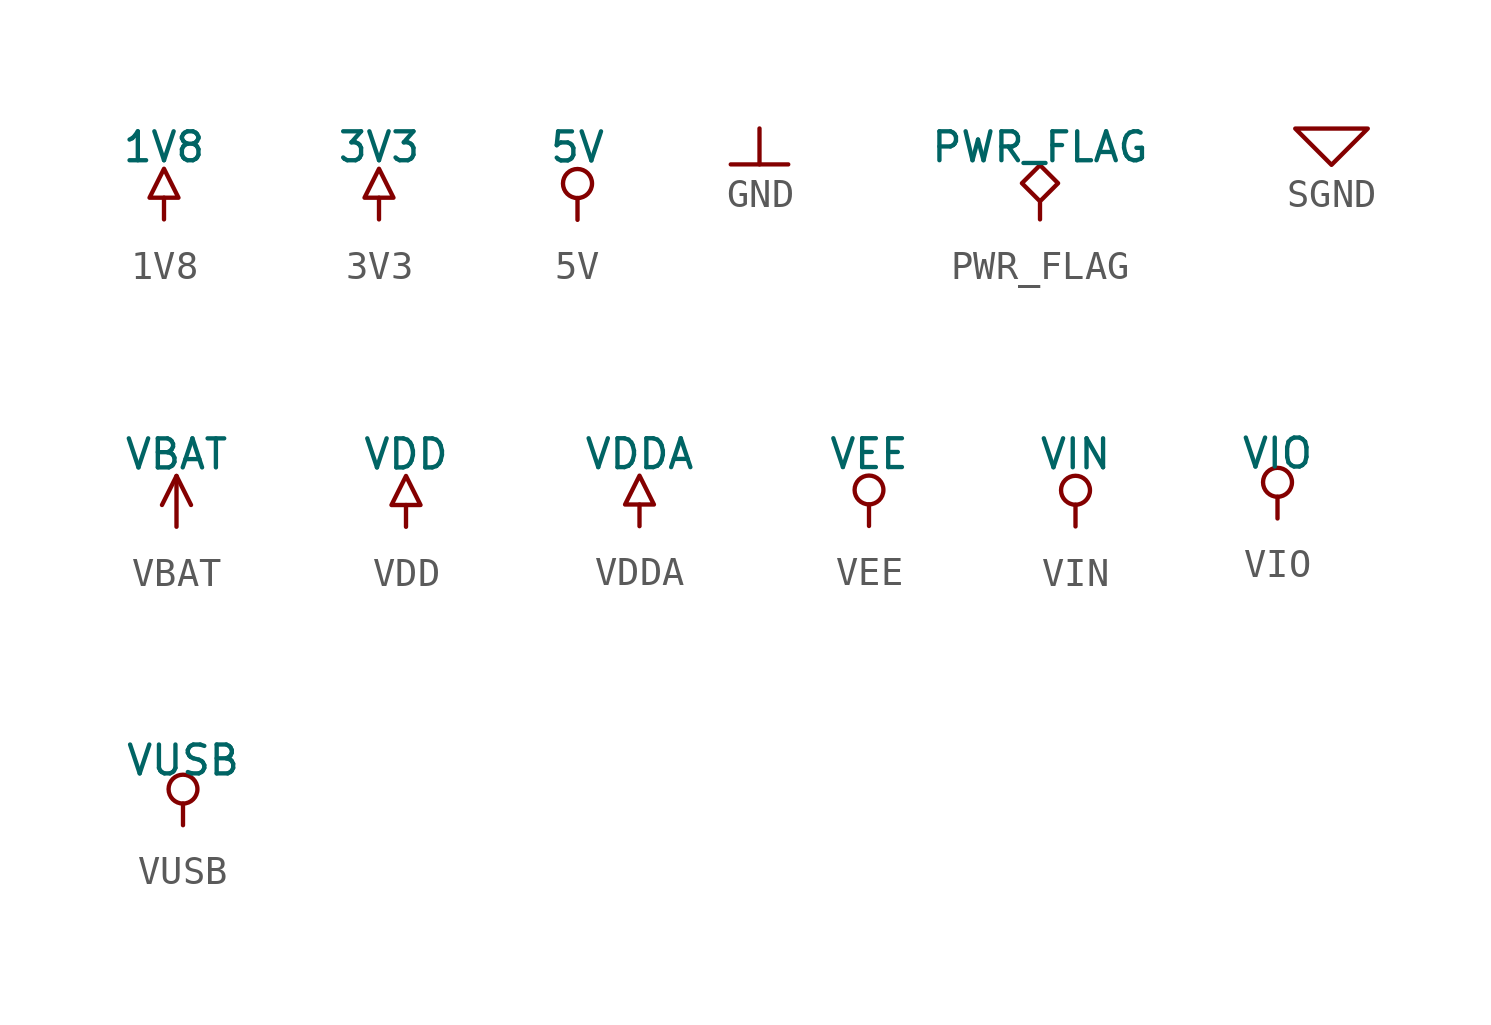
<source format=kicad_sym>
(kicad_symbol_lib
  (version 20211014)
  (generator kicad_symbol_editor)
  (symbol "1V8"
    (power)
    (pin_numbers hide)
    (pin_names
      (offset 0) hide)
    (property "Reference" "#PWR"
      (at 0 -1.016 0)
      (effects (font (size 1.016 1.016)) hide))
    (property "Value" "1V8"
      (at 0 2.54 0)
      (effects (font (size 1.016 1.016))))
    (symbol "1V8_0_0"
      (pin power_in line (at 0 0 90) (length 0) hide (name "1V8" (effects (font (size 0.762 0.762)))) (number "1" (effects (font (size 0.762 0.762))))))
    (symbol "1V8_0_1"
      (polyline (pts (xy 0 0) (xy 0 0.762)) (stroke (width 0) (type default) (color 0 0 0 0)) (fill (type none)))
      (polyline (pts (xy -0.508 0.762) (xy 0.508 0.762) (xy 0 1.778) (xy -0.508 0.762)) (stroke (width 0) (type default) (color 0 0 0 0)) (fill (type none)))))
  (symbol "3V3"
    (power)
    (pin_numbers hide)
    (pin_names
      (offset 0) hide)
    (property "Reference" "#PWR"
      (at 0 -1.016 0)
      (effects (font (size 1.016 1.016)) hide))
    (property "Value" "3V3"
      (at 0 2.54 0)
      (effects (font (size 1.016 1.016))))
    (symbol "3V3_0_0"
      (pin power_in line (at 0 0 90) (length 0) hide (name "3V3" (effects (font (size 0.762 0.762)))) (number "1" (effects (font (size 0.762 0.762))))))
    (symbol "3V3_0_1"
      (polyline (pts (xy 0 0) (xy 0 0.762)) (stroke (width 0) (type default) (color 0 0 0 0)) (fill (type none)))
      (polyline (pts (xy -0.508 0.762) (xy 0.508 0.762) (xy 0 1.778) (xy -0.508 0.762)) (stroke (width 0) (type default) (color 0 0 0 0)) (fill (type none)))))
  (symbol "5V"
    (power)
    (pin_numbers hide)
    (pin_names
      (offset 0) hide)
    (property "Reference" "#PWR"
      (at 0 2.286 0)
      (effects (font (size 1.016 1.016)) hide))
    (property "Value" "5V"
      (at 0 2.54 0)
      (effects (font (size 1.016 1.016))))
    (symbol "5V_0_0"
      (pin power_in line (at 0 0 90) (length 0) hide (name "+5V" (effects (font (size 0.508 0.508)))) (number "1" (effects (font (size 0.508 0.508))))))
    (symbol "5V_0_1"
      (polyline (pts (xy 0 0) (xy 0 0.762) (xy 0 0.762) (xy 0 0.762)) (stroke (width 0) (type default) (color 0 0 0 0)) (fill (type none)))
      (circle (center 0 1.27) (radius 0.508) (stroke (width 0) (type default) (color 0 0 0 0)) (fill (type none)))))
  (symbol "GND"
    (power)
    (pin_names
      (offset 0))
    (property "Reference" "#PWR"
      (at 0 0 0)
      (effects (font (size 0.762 0.762)) hide))
    (symbol "GND_0_1"
      (polyline (pts (xy -1.016 -1.27) (xy 1.016 -1.27)) (stroke (width 0) (type default) (color 0 0 0 0)) (fill (type none)))
      (polyline (pts (xy 0 0) (xy 0 -1.27)) (stroke (width 0) (type default) (color 0 0 0 0)) (fill (type none))))
    (symbol "GND_1_1"
      (pin power_in line (at 0 0 90) (length 0) hide (name "GND" (effects (font (size 0.762 0.762)))) (number "1" (effects (font (size 0.762 0.762)))))))
  (symbol "PWR_FLAG"
    (power)
    (pin_numbers hide)
    (pin_names
      (offset 0) hide)
    (property "Reference" "#FLG"
      (at 0 2.413 0)
      (effects (font (size 1.016 1.016)) hide))
    (property "Value" "PWR_FLAG"
      (at 0 2.54 0)
      (effects (font (size 1.016 1.016))))
    (symbol "PWR_FLAG_0_0"
      (pin power_out line (at 0 0 90) (length 0) hide (name "pwr" (effects (font (size 0.508 0.508)))) (number "1" (effects (font (size 0.508 0.508))))))
    (symbol "PWR_FLAG_0_1"
      (polyline (pts (xy 0 0) (xy 0 0.635) (xy -0.635 1.27) (xy 0 1.905) (xy 0.635 1.27) (xy 0 0.635)) (stroke (width 0) (type default) (color 0 0 0 0)) (fill (type none)))))
  (symbol "SGND"
    (power)
    (pin_names
      (offset 0))
    (property "Reference" "#PWR"
      (at 0 0 0)
      (effects (font (size 0.762 0.762)) hide))
    (symbol "SGND_0_1"
      (polyline (pts (xy -1.27 0) (xy 0 -1.27) (xy 1.27 0) (xy -1.27 0)) (stroke (width 0) (type default) (color 0 0 0 0)) (fill (type none))))
    (symbol "SGND_1_1"
      (pin power_in line (at 0 0 90) (length 0) hide (name "SGND" (effects (font (size 0.762 0.762)))) (number "1" (effects (font (size 0.762 0.762)))))))
  (symbol "VBAT"
    (power)
    (pin_numbers hide)
    (pin_names
      (offset 0) hide)
    (property "Reference" "#PWR"
      (at 0 -1.016 0)
      (effects (font (size 1.016 1.016)) hide))
    (property "Value" "VBAT"
      (at 0 2.54 0)
      (effects (font (size 1.016 1.016))))
    (symbol "VBAT_0_0"
      (pin power_in line (at 0 0 90) (length 0) hide (name "VBAT" (effects (font (size 0.762 0.762)))) (number "1" (effects (font (size 0.762 0.762))))))
    (symbol "VBAT_0_1"
      (polyline (pts (xy 0 0) (xy 0 1.778)) (stroke (width 0) (type default) (color 0 0 0 0)) (fill (type none)))
      (polyline (pts (xy -0.508 0.762) (xy 0 1.778) (xy 0.508 0.762)) (stroke (width 0) (type default) (color 0 0 0 0)) (fill (type none)))))
  (symbol "VDD"
    (power)
    (pin_numbers hide)
    (pin_names
      (offset 0) hide)
    (property "Reference" "#PWR"
      (at 0 -1.016 0)
      (effects (font (size 1.016 1.016)) hide))
    (property "Value" "VDD"
      (at 0 2.54 0)
      (effects (font (size 1.016 1.016))))
    (symbol "VDD_0_0"
      (pin power_in line (at 0 0 90) (length 0) hide (name "VDD" (effects (font (size 0.762 0.762)))) (number "1" (effects (font (size 0.762 0.762))))))
    (symbol "VDD_0_1"
      (polyline (pts (xy 0 0) (xy 0 0.762)) (stroke (width 0) (type default) (color 0 0 0 0)) (fill (type none)))
      (polyline (pts (xy -0.508 0.762) (xy 0.508 0.762) (xy 0 1.778) (xy -0.508 0.762)) (stroke (width 0) (type default) (color 0 0 0 0)) (fill (type none)))))
  (symbol "VDDA"
    (power)
    (pin_numbers hide)
    (pin_names
      (offset 0) hide)
    (property "Reference" "#PWR"
      (at 0 -1.016 0)
      (effects (font (size 1.016 1.016)) hide))
    (property "Value" "VDDA"
      (at 0 2.54 0)
      (effects (font (size 1.016 1.016))))
    (symbol "VDDA_0_0"
      (pin power_in line (at 0 0 90) (length 0) hide (name "VDDA" (effects (font (size 0.762 0.762)))) (number "1" (effects (font (size 0.762 0.762))))))
    (symbol "VDDA_0_1"
      (polyline (pts (xy 0 0) (xy 0 0.762)) (stroke (width 0) (type default) (color 0 0 0 0)) (fill (type none)))
      (polyline (pts (xy -0.508 0.762) (xy 0.508 0.762) (xy 0 1.778) (xy -0.508 0.762)) (stroke (width 0) (type default) (color 0 0 0 0)) (fill (type none)))))
  (symbol "VEE"
    (power)
    (pin_numbers hide)
    (pin_names
      (offset 0) hide)
    (property "Reference" "#PWR"
      (at 0 2.286 0)
      (effects (font (size 1.016 1.016)) hide))
    (property "Value" "VEE"
      (at 0 2.54 0)
      (effects (font (size 1.016 1.016))))
    (property "Footprint" ""
      (at 0 0 0)
      (effects (font (size 1.016 1.016))))
    (property "Datasheet" ""
      (at 0 0 0)
      (effects (font (size 1.016 1.016))))
    (symbol "VEE_0_0"
      (pin power_in line (at 0 0 90) (length 0) hide (name "VEE" (effects (font (size 0.508 0.508)))) (number "1" (effects (font (size 0.508 0.508))))))
    (symbol "VEE_0_1"
      (polyline (pts (xy 0 0) (xy 0 0.762) (xy 0 0.762) (xy 0 0.762)) (stroke (width 0) (type default) (color 0 0 0 0)) (fill (type none)))
      (circle (center 0 1.27) (radius 0.508) (stroke (width 0) (type default) (color 0 0 0 0)) (fill (type none)))))
  (symbol "VIN"
    (power)
    (pin_numbers hide)
    (pin_names
      (offset 0) hide)
    (property "Reference" "#PWR"
      (at 0 2.286 0)
      (effects (font (size 1.016 1.016)) hide))
    (property "Value" "VIN"
      (at 0 2.54 0)
      (effects (font (size 1.016 1.016))))
    (symbol "VIN_0_0"
      (pin power_in line (at 0 0 90) (length 0) hide (name "VIN" (effects (font (size 0.508 0.508)))) (number "1" (effects (font (size 0.508 0.508))))))
    (symbol "VIN_0_1"
      (polyline (pts (xy 0 0) (xy 0 0.762) (xy 0 0.762) (xy 0 0.762)) (stroke (width 0) (type default) (color 0 0 0 0)) (fill (type none)))
      (circle (center 0 1.27) (radius 0.508) (stroke (width 0) (type default) (color 0 0 0 0)) (fill (type none)))))
  (symbol "VIO"
    (power)
    (pin_numbers hide)
    (pin_names
      (offset 0) hide)
    (property "Reference" "#PWR"
      (at 0 2.286 0)
      (effects (font (size 1.016 1.016)) hide))
    (property "Value" "VIO"
      (at 0 2.286 0)
      (effects (font (size 1.016 1.016))))
    (symbol "VIO_0_0"
      (pin power_in line (at 0 0 90) (length 0) hide (name "VIO" (effects (font (size 0.508 0.508)))) (number "1" (effects (font (size 0.508 0.508))))))
    (symbol "VIO_0_1"
      (polyline (pts (xy 0 0) (xy 0 0.762) (xy 0 0.762) (xy 0 0.762)) (stroke (width 0) (type default) (color 0 0 0 0)) (fill (type none)))
      (circle (center 0 1.27) (radius 0.508) (stroke (width 0) (type default) (color 0 0 0 0)) (fill (type none)))))
  (symbol "VUSB"
    (power)
    (pin_numbers hide)
    (pin_names
      (offset 0) hide)
    (property "Reference" "#PWR"
      (at 0 2.286 0)
      (effects (font (size 1.016 1.016)) hide))
    (property "Value" "VUSB"
      (at 0 2.286 0)
      (effects (font (size 1.016 1.016))))
    (symbol "VUSB_0_0"
      (pin power_in line (at 0 0 90) (length 0) hide (name "VUSB" (effects (font (size 0.508 0.508)))) (number "1" (effects (font (size 0.508 0.508))))))
    (symbol "VUSB_0_1"
      (polyline (pts (xy 0 0) (xy 0 0.762) (xy 0 0.762) (xy 0 0.762)) (stroke (width 0) (type default) (color 0 0 0 0)) (fill (type none)))
      (circle (center 0 1.27) (radius 0.508) (stroke (width 0) (type default) (color 0 0 0 0)) (fill (type none))))))
</source>
